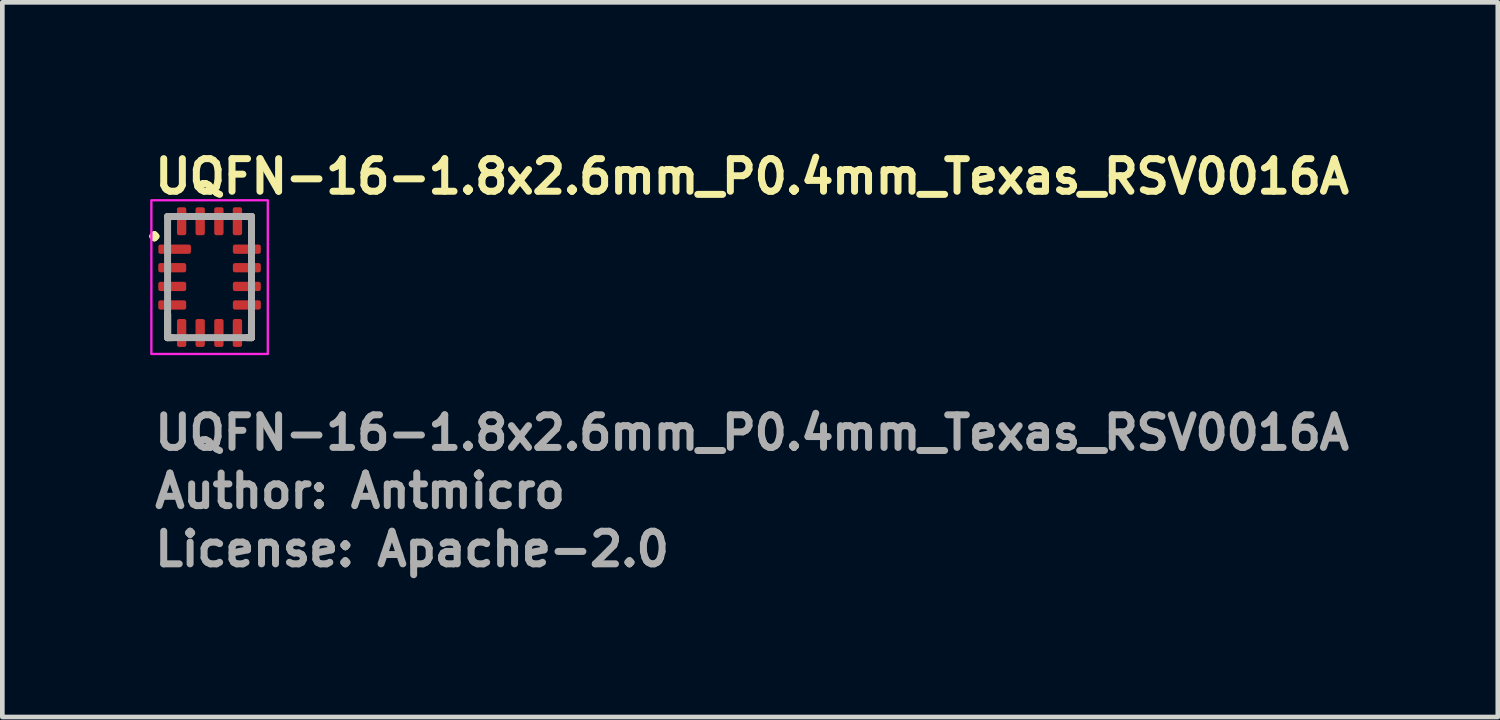
<source format=kicad_pcb>
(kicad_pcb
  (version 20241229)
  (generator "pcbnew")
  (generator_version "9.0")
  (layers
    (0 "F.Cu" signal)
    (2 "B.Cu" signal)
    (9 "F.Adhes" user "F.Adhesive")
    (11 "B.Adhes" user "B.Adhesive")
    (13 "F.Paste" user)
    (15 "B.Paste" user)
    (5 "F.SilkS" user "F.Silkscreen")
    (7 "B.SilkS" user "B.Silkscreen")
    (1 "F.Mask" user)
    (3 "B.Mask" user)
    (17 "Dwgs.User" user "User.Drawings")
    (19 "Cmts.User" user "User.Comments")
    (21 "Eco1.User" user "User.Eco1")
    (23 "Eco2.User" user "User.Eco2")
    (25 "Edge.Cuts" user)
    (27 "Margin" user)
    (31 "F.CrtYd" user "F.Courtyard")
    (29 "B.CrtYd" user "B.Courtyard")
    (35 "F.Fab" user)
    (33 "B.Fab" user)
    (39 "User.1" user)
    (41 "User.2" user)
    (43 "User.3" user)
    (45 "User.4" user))
  (footprint "UQFN-16-1.8x2.6mm_P0.4mm_Texas_RSV0016A"
    (layer "F.Cu")
    (at 1.45 2.9)
    (property "Reference" "UQFN-16-1.8x2.6mm_P0.4mm_Texas_RSV0016A" (at -1.25 -1.75 0) (layer "F.SilkS") (effects (font (size 0.7 0.7) (thickness 0.15)) (justify left bottom)))
    (attr smd)
    (fp_line (start -0.9 1.3) (end -0.9 0.8) (stroke (width 0.15) (type solid)) (layer "F.SilkS"))
    (fp_line (start -0.8 -1.3) (end -0.9 -1.3) (stroke (width 0.15) (type solid)) (layer "F.SilkS"))
    (fp_line (start -0.8 1.3) (end -0.9 1.3) (stroke (width 0.15) (type solid)) (layer "F.SilkS"))
    (fp_line (start 0.8 -1.3) (end 0.9 -1.3) (stroke (width 0.15) (type solid)) (layer "F.SilkS"))
    (fp_line (start 0.8 1.3) (end 0.899 1.3) (stroke (width 0.15) (type solid)) (layer "F.SilkS"))
    (fp_line (start 0.9 -1.3) (end 0.9 -0.8) (stroke (width 0.15) (type solid)) (layer "F.SilkS"))
    (fp_line (start 0.9 0.8) (end 0.899 1.3) (stroke (width 0.15) (type solid)) (layer "F.SilkS"))
    (fp_rect (start -1.25 -1.65) (end 1.25 1.65) (stroke (width 0.05) (type solid)) (fill no) (layer "F.CrtYd"))
    (fp_line (start -0.902 1.3) (end -0.902 -1.301) (stroke (width 0.15) (type solid)) (layer "F.Fab"))
    (fp_line (start 0.9 -1.301) (end -0.902 -1.301) (stroke (width 0.15) (type solid)) (layer "F.Fab"))
    (fp_line (start 0.9 1.3) (end -0.902 1.3) (stroke (width 0.15) (type solid)) (layer "F.Fab"))
    (fp_line (start 0.9 1.3) (end 0.9 -1.301) (stroke (width 0.15) (type solid)) (layer "F.Fab"))
    (fp_rect (start -0.902 -1.301) (end 0.9 1.3) (stroke (width 0.1) (type solid)) (fill no) (layer "User.5"))
    (fp_line (start -0.902 -1.301) (end -0.902 1.3) (stroke (width 0.02) (type solid)) (layer "User.9"))
    (fp_line (start -0.902 1.3) (end 0.9 1.3) (stroke (width 0.02) (type solid)) (layer "User.9"))
    (fp_line (start -0.776 -1.063) (end -0.776 -1.057) (stroke (width 0.02) (type solid)) (layer "User.9"))
    (fp_line (start -0.776 -1.063) (end -0.776 -1.057) (stroke (width 0.02) (type solid)) (layer "User.9"))
    (fp_line (start -0.776 -1.057) (end -0.776 -1.051) (stroke (width 0.02) (type solid)) (layer "User.9"))
    (fp_line (start -0.776 -1.057) (end -0.776 -1.051) (stroke (width 0.02) (type solid)) (layer "User.9"))
    (fp_line (start -0.776 -1.051) (end -0.776 -1.051) (stroke (width 0.02) (type solid)) (layer "User.9"))
    (fp_line (start -0.776 -1.051) (end -0.776 -1.051) (stroke (width 0.02) (type solid)) (layer "User.9"))
    (fp_line (start -0.776 -1.051) (end -0.776 -1.045) (stroke (width 0.02) (type solid)) (layer "User.9"))
    (fp_line (start -0.776 -1.051) (end -0.776 -1.045) (stroke (width 0.02) (type solid)) (layer "User.9"))
    (fp_line (start -0.776 -1.045) (end -0.776 -1.039) (stroke (width 0.02) (type solid)) (layer "User.9"))
    (fp_line (start -0.776 -1.045) (end -0.776 -1.039) (stroke (width 0.02) (type solid)) (layer "User.9"))
    (fp_line (start -0.776 -1.039) (end -0.775 -1.031) (stroke (width 0.02) (type solid)) (layer "User.9"))
    (fp_line (start -0.776 -1.039) (end -0.775 -1.031) (stroke (width 0.02) (type solid)) (layer "User.9"))
    (fp_line (start -0.775 -1.071) (end -0.776 -1.063) (stroke (width 0.02) (type solid)) (layer "User.9"))
    (fp_line (start -0.775 -1.071) (end -0.776 -1.063) (stroke (width 0.02) (type solid)) (layer "User.9"))
    (fp_line (start -0.775 -1.031) (end -0.774 -1.025) (stroke (width 0.02) (type solid)) (layer "User.9"))
    (fp_line (start -0.775 -1.031) (end -0.774 -1.025) (stroke (width 0.02) (type solid)) (layer "User.9"))
    (fp_line (start -0.774 -1.077) (end -0.775 -1.071) (stroke (width 0.02) (type solid)) (layer "User.9"))
    (fp_line (start -0.774 -1.077) (end -0.775 -1.071) (stroke (width 0.02) (type solid)) (layer "User.9"))
    (fp_line (start -0.774 -1.025) (end -0.772 -1.02) (stroke (width 0.02) (type solid)) (layer "User.9"))
    (fp_line (start -0.774 -1.025) (end -0.772 -1.02) (stroke (width 0.02) (type solid)) (layer "User.9"))
    (fp_line (start -0.772 -1.083) (end -0.774 -1.077) (stroke (width 0.02) (type solid)) (layer "User.9"))
    (fp_line (start -0.772 -1.083) (end -0.774 -1.077) (stroke (width 0.02) (type solid)) (layer "User.9"))
    (fp_line (start -0.772 -1.02) (end -0.771 -1.014) (stroke (width 0.02) (type solid)) (layer "User.9"))
    (fp_line (start -0.772 -1.02) (end -0.771 -1.014) (stroke (width 0.02) (type solid)) (layer "User.9"))
    (fp_line (start -0.771 -1.089) (end -0.772 -1.083) (stroke (width 0.02) (type solid)) (layer "User.9"))
    (fp_line (start -0.771 -1.089) (end -0.772 -1.083) (stroke (width 0.02) (type solid)) (layer "User.9"))
    (fp_line (start -0.771 -1.014) (end -0.768 -1.008) (stroke (width 0.02) (type solid)) (layer "User.9"))
    (fp_line (start -0.771 -1.014) (end -0.768 -1.008) (stroke (width 0.02) (type solid)) (layer "User.9"))
    (fp_line (start -0.768 -1.093) (end -0.771 -1.089) (stroke (width 0.02) (type solid)) (layer "User.9"))
    (fp_line (start -0.768 -1.093) (end -0.771 -1.089) (stroke (width 0.02) (type solid)) (layer "User.9"))
    (fp_line (start -0.768 -1.008) (end -0.766 -1.002) (stroke (width 0.02) (type solid)) (layer "User.9"))
    (fp_line (start -0.768 -1.008) (end -0.766 -1.002) (stroke (width 0.02) (type solid)) (layer "User.9"))
    (fp_line (start -0.766 -1.099) (end -0.768 -1.093) (stroke (width 0.02) (type solid)) (layer "User.9"))
    (fp_line (start -0.766 -1.099) (end -0.768 -1.093) (stroke (width 0.02) (type solid)) (layer "User.9"))
    (fp_line (start -0.766 -1.002) (end -0.763 -0.996) (stroke (width 0.02) (type solid)) (layer "User.9"))
    (fp_line (start -0.766 -1.002) (end -0.763 -0.996) (stroke (width 0.02) (type solid)) (layer "User.9"))
    (fp_line (start -0.763 -1.105) (end -0.766 -1.099) (stroke (width 0.02) (type solid)) (layer "User.9"))
    (fp_line (start -0.763 -1.105) (end -0.766 -1.099) (stroke (width 0.02) (type solid)) (layer "User.9"))
    (fp_line (start -0.763 -0.996) (end -0.76 -0.991) (stroke (width 0.02) (type solid)) (layer "User.9"))
    (fp_line (start -0.763 -0.996) (end -0.76 -0.991) (stroke (width 0.02) (type solid)) (layer "User.9"))
    (fp_line (start -0.76 -1.111) (end -0.763 -1.105) (stroke (width 0.02) (type solid)) (layer "User.9"))
    (fp_line (start -0.76 -1.111) (end -0.763 -1.105) (stroke (width 0.02) (type solid)) (layer "User.9"))
    (fp_line (start -0.76 -0.991) (end -0.757 -0.986) (stroke (width 0.02) (type solid)) (layer "User.9"))
    (fp_line (start -0.76 -0.991) (end -0.757 -0.986) (stroke (width 0.02) (type solid)) (layer "User.9"))
    (fp_line (start -0.757 -1.115) (end -0.76 -1.111) (stroke (width 0.02) (type solid)) (layer "User.9"))
    (fp_line (start -0.757 -1.115) (end -0.76 -1.111) (stroke (width 0.02) (type solid)) (layer "User.9"))
    (fp_line (start -0.757 -0.986) (end -0.754 -0.981) (stroke (width 0.02) (type solid)) (layer "User.9"))
    (fp_line (start -0.757 -0.986) (end -0.754 -0.981) (stroke (width 0.02) (type solid)) (layer "User.9"))
    (fp_line (start -0.754 -1.121) (end -0.757 -1.115) (stroke (width 0.02) (type solid)) (layer "User.9"))
    (fp_line (start -0.754 -1.121) (end -0.757 -1.115) (stroke (width 0.02) (type solid)) (layer "User.9"))
    (fp_line (start -0.754 -0.981) (end -0.751 -0.976) (stroke (width 0.02) (type solid)) (layer "User.9"))
    (fp_line (start -0.754 -0.981) (end -0.751 -0.976) (stroke (width 0.02) (type solid)) (layer "User.9"))
    (fp_line (start -0.751 -1.125) (end -0.754 -1.121) (stroke (width 0.02) (type solid)) (layer "User.9"))
    (fp_line (start -0.751 -1.125) (end -0.754 -1.121) (stroke (width 0.02) (type solid)) (layer "User.9"))
    (fp_line (start -0.751 -0.976) (end -0.747 -0.971) (stroke (width 0.02) (type solid)) (layer "User.9"))
    (fp_line (start -0.751 -0.976) (end -0.747 -0.971) (stroke (width 0.02) (type solid)) (layer "User.9"))
    (fp_line (start -0.747 -1.131) (end -0.751 -1.125) (stroke (width 0.02) (type solid)) (layer "User.9"))
    (fp_line (start -0.747 -1.131) (end -0.751 -1.125) (stroke (width 0.02) (type solid)) (layer "User.9"))
    (fp_line (start -0.747 -0.971) (end -0.743 -0.966) (stroke (width 0.02) (type solid)) (layer "User.9"))
    (fp_line (start -0.747 -0.971) (end -0.743 -0.966) (stroke (width 0.02) (type solid)) (layer "User.9"))
    (fp_line (start -0.743 -1.135) (end -0.747 -1.131) (stroke (width 0.02) (type solid)) (layer "User.9"))
    (fp_line (start -0.743 -1.135) (end -0.747 -1.131) (stroke (width 0.02) (type solid)) (layer "User.9"))
    (fp_line (start -0.743 -0.966) (end -0.739 -0.962) (stroke (width 0.02) (type solid)) (layer "User.9"))
    (fp_line (start -0.743 -0.966) (end -0.739 -0.962) (stroke (width 0.02) (type solid)) (layer "User.9"))
    (fp_line (start -0.739 -1.139) (end -0.743 -1.135) (stroke (width 0.02) (type solid)) (layer "User.9"))
    (fp_line (start -0.739 -1.139) (end -0.743 -1.135) (stroke (width 0.02) (type solid)) (layer "User.9"))
    (fp_line (start -0.739 -0.962) (end -0.734 -0.959) (stroke (width 0.02) (type solid)) (layer "User.9"))
    (fp_line (start -0.739 -0.962) (end -0.734 -0.959) (stroke (width 0.02) (type solid)) (layer "User.9"))
    (fp_line (start -0.734 -1.143) (end -0.739 -1.139) (stroke (width 0.02) (type solid)) (layer "User.9"))
    (fp_line (start -0.734 -1.143) (end -0.739 -1.139) (stroke (width 0.02) (type solid)) (layer "User.9"))
    (fp_line (start -0.734 -0.959) (end -0.73 -0.955) (stroke (width 0.02) (type solid)) (layer "User.9"))
    (fp_line (start -0.734 -0.959) (end -0.73 -0.955) (stroke (width 0.02) (type solid)) (layer "User.9"))
    (fp_line (start -0.73 -1.147) (end -0.734 -1.143) (stroke (width 0.02) (type solid)) (layer "User.9"))
    (fp_line (start -0.73 -1.147) (end -0.734 -1.143) (stroke (width 0.02) (type solid)) (layer "User.9"))
    (fp_line (start -0.73 -0.955) (end -0.725 -0.951) (stroke (width 0.02) (type solid)) (layer "User.9"))
    (fp_line (start -0.73 -0.955) (end -0.725 -0.951) (stroke (width 0.02) (type solid)) (layer "User.9"))
    (fp_line (start -0.725 -1.151) (end -0.73 -1.147) (stroke (width 0.02) (type solid)) (layer "User.9"))
    (fp_line (start -0.725 -1.151) (end -0.73 -1.147) (stroke (width 0.02) (type solid)) (layer "User.9"))
    (fp_line (start -0.725 -0.951) (end -0.72 -0.948) (stroke (width 0.02) (type solid)) (layer "User.9"))
    (fp_line (start -0.725 -0.951) (end -0.72 -0.948) (stroke (width 0.02) (type solid)) (layer "User.9"))
    (fp_line (start -0.72 -1.154) (end -0.725 -1.151) (stroke (width 0.02) (type solid)) (layer "User.9"))
    (fp_line (start -0.72 -1.154) (end -0.725 -1.151) (stroke (width 0.02) (type solid)) (layer "User.9"))
    (fp_line (start -0.72 -0.948) (end -0.715 -0.945) (stroke (width 0.02) (type solid)) (layer "User.9"))
    (fp_line (start -0.72 -0.948) (end -0.715 -0.945) (stroke (width 0.02) (type solid)) (layer "User.9"))
    (fp_line (start -0.715 -1.158) (end -0.72 -1.154) (stroke (width 0.02) (type solid)) (layer "User.9"))
    (fp_line (start -0.715 -1.158) (end -0.72 -1.154) (stroke (width 0.02) (type solid)) (layer "User.9"))
    (fp_line (start -0.715 -0.945) (end -0.71 -0.942) (stroke (width 0.02) (type solid)) (layer "User.9"))
    (fp_line (start -0.715 -0.945) (end -0.71 -0.942) (stroke (width 0.02) (type solid)) (layer "User.9"))
    (fp_line (start -0.71 -1.16) (end -0.715 -1.158) (stroke (width 0.02) (type solid)) (layer "User.9"))
    (fp_line (start -0.71 -1.16) (end -0.715 -1.158) (stroke (width 0.02) (type solid)) (layer "User.9"))
    (fp_line (start -0.71 -0.942) (end -0.705 -0.939) (stroke (width 0.02) (type solid)) (layer "User.9"))
    (fp_line (start -0.71 -0.942) (end -0.705 -0.939) (stroke (width 0.02) (type solid)) (layer "User.9"))
    (fp_line (start -0.705 -1.164) (end -0.71 -1.16) (stroke (width 0.02) (type solid)) (layer "User.9"))
    (fp_line (start -0.705 -1.164) (end -0.71 -1.16) (stroke (width 0.02) (type solid)) (layer "User.9"))
    (fp_line (start -0.705 -0.939) (end -0.7 -0.936) (stroke (width 0.02) (type solid)) (layer "User.9"))
    (fp_line (start -0.705 -0.939) (end -0.7 -0.936) (stroke (width 0.02) (type solid)) (layer "User.9"))
    (fp_line (start -0.7 -1.166) (end -0.705 -1.164) (stroke (width 0.02) (type solid)) (layer "User.9"))
    (fp_line (start -0.7 -1.166) (end -0.705 -1.164) (stroke (width 0.02) (type solid)) (layer "User.9"))
    (fp_line (start -0.7 -0.936) (end -0.694 -0.934) (stroke (width 0.02) (type solid)) (layer "User.9"))
    (fp_line (start -0.7 -0.936) (end -0.694 -0.934) (stroke (width 0.02) (type solid)) (layer "User.9"))
    (fp_line (start -0.694 -1.168) (end -0.7 -1.166) (stroke (width 0.02) (type solid)) (layer "User.9"))
    (fp_line (start -0.694 -1.168) (end -0.7 -1.166) (stroke (width 0.02) (type solid)) (layer "User.9"))
    (fp_line (start -0.694 -0.934) (end -0.689 -0.932) (stroke (width 0.02) (type solid)) (layer "User.9"))
    (fp_line (start -0.694 -0.934) (end -0.689 -0.932) (stroke (width 0.02) (type solid)) (layer "User.9"))
    (fp_line (start -0.689 -1.17) (end -0.694 -1.168) (stroke (width 0.02) (type solid)) (layer "User.9"))
    (fp_line (start -0.689 -1.17) (end -0.694 -1.168) (stroke (width 0.02) (type solid)) (layer "User.9"))
    (fp_line (start -0.689 -0.932) (end -0.683 -0.93) (stroke (width 0.02) (type solid)) (layer "User.9"))
    (fp_line (start -0.689 -0.932) (end -0.683 -0.93) (stroke (width 0.02) (type solid)) (layer "User.9"))
    (fp_line (start -0.683 -1.172) (end -0.689 -1.17) (stroke (width 0.02) (type solid)) (layer "User.9"))
    (fp_line (start -0.683 -1.172) (end -0.689 -1.17) (stroke (width 0.02) (type solid)) (layer "User.9"))
    (fp_line (start -0.683 -0.93) (end -0.677 -0.929) (stroke (width 0.02) (type solid)) (layer "User.9"))
    (fp_line (start -0.683 -0.93) (end -0.677 -0.929) (stroke (width 0.02) (type solid)) (layer "User.9"))
    (fp_line (start -0.677 -1.174) (end -0.683 -1.172) (stroke (width 0.02) (type solid)) (layer "User.9"))
    (fp_line (start -0.677 -1.174) (end -0.683 -1.172) (stroke (width 0.02) (type solid)) (layer "User.9"))
    (fp_line (start -0.677 -0.929) (end -0.671 -0.928) (stroke (width 0.02) (type solid)) (layer "User.9"))
    (fp_line (start -0.677 -0.929) (end -0.671 -0.928) (stroke (width 0.02) (type solid)) (layer "User.9"))
    (fp_line (start -0.671 -1.174) (end -0.677 -1.174) (stroke (width 0.02) (type solid)) (layer "User.9"))
    (fp_line (start -0.671 -1.174) (end -0.677 -1.174) (stroke (width 0.02) (type solid)) (layer "User.9"))
    (fp_line (start -0.671 -0.928) (end -0.664 -0.927) (stroke (width 0.02) (type solid)) (layer "User.9"))
    (fp_line (start -0.671 -0.928) (end -0.664 -0.927) (stroke (width 0.02) (type solid)) (layer "User.9"))
    (fp_line (start -0.664 -1.176) (end -0.671 -1.174) (stroke (width 0.02) (type solid)) (layer "User.9"))
    (fp_line (start -0.664 -1.176) (end -0.671 -1.174) (stroke (width 0.02) (type solid)) (layer "User.9"))
    (fp_line (start -0.664 -0.927) (end -0.658 -0.927) (stroke (width 0.02) (type solid)) (layer "User.9"))
    (fp_line (start -0.664 -0.927) (end -0.658 -0.927) (stroke (width 0.02) (type solid)) (layer "User.9"))
    (fp_line (start -0.658 -1.176) (end -0.664 -1.176) (stroke (width 0.02) (type solid)) (layer "User.9"))
    (fp_line (start -0.658 -1.176) (end -0.664 -1.176) (stroke (width 0.02) (type solid)) (layer "User.9"))
    (fp_line (start -0.658 -0.927) (end -0.652 -0.927) (stroke (width 0.02) (type solid)) (layer "User.9"))
    (fp_line (start -0.658 -0.927) (end -0.652 -0.927) (stroke (width 0.02) (type solid)) (layer "User.9"))
    (fp_line (start -0.652 -1.176) (end -0.658 -1.176) (stroke (width 0.02) (type solid)) (layer "User.9"))
    (fp_line (start -0.652 -1.176) (end -0.658 -1.176) (stroke (width 0.02) (type solid)) (layer "User.9"))
    (fp_line (start -0.652 -0.927) (end -0.645 -0.927) (stroke (width 0.02) (type solid)) (layer "User.9"))
    (fp_line (start -0.652 -0.927) (end -0.645 -0.927) (stroke (width 0.02) (type solid)) (layer "User.9"))
    (fp_line (start -0.645 -1.176) (end -0.652 -1.176) (stroke (width 0.02) (type solid)) (layer "User.9"))
    (fp_line (start -0.645 -1.176) (end -0.652 -1.176) (stroke (width 0.02) (type solid)) (layer "User.9"))
    (fp_line (start -0.645 -0.927) (end -0.638 -0.927) (stroke (width 0.02) (type solid)) (layer "User.9"))
    (fp_line (start -0.645 -0.927) (end -0.638 -0.927) (stroke (width 0.02) (type solid)) (layer "User.9"))
    (fp_line (start -0.638 -1.176) (end -0.645 -1.176) (stroke (width 0.02) (type solid)) (layer "User.9"))
    (fp_line (start -0.638 -1.176) (end -0.645 -1.176) (stroke (width 0.02) (type solid)) (layer "User.9"))
    (fp_line (start -0.638 -0.927) (end -0.631 -0.928) (stroke (width 0.02) (type solid)) (layer "User.9"))
    (fp_line (start -0.638 -0.927) (end -0.631 -0.928) (stroke (width 0.02) (type solid)) (layer "User.9"))
    (fp_line (start -0.631 -1.174) (end -0.638 -1.176) (stroke (width 0.02) (type solid)) (layer "User.9"))
    (fp_line (start -0.631 -1.174) (end -0.638 -1.176) (stroke (width 0.02) (type solid)) (layer "User.9"))
    (fp_line (start -0.631 -0.928) (end -0.625 -0.929) (stroke (width 0.02) (type solid)) (layer "User.9"))
    (fp_line (start -0.631 -0.928) (end -0.625 -0.929) (stroke (width 0.02) (type solid)) (layer "User.9"))
    (fp_line (start -0.625 -1.174) (end -0.631 -1.174) (stroke (width 0.02) (type solid)) (layer "User.9"))
    (fp_line (start -0.625 -1.174) (end -0.631 -1.174) (stroke (width 0.02) (type solid)) (layer "User.9"))
    (fp_line (start -0.625 -0.929) (end -0.619 -0.93) (stroke (width 0.02) (type solid)) (layer "User.9"))
    (fp_line (start -0.625 -0.929) (end -0.619 -0.93) (stroke (width 0.02) (type solid)) (layer "User.9"))
    (fp_line (start -0.619 -1.172) (end -0.625 -1.174) (stroke (width 0.02) (type solid)) (layer "User.9"))
    (fp_line (start -0.619 -1.172) (end -0.625 -1.174) (stroke (width 0.02) (type solid)) (layer "User.9"))
    (fp_line (start -0.619 -0.93) (end -0.613 -0.932) (stroke (width 0.02) (type solid)) (layer "User.9"))
    (fp_line (start -0.619 -0.93) (end -0.613 -0.932) (stroke (width 0.02) (type solid)) (layer "User.9"))
    (fp_line (start -0.613 -1.17) (end -0.619 -1.172) (stroke (width 0.02) (type solid)) (layer "User.9"))
    (fp_line (start -0.613 -1.17) (end -0.619 -1.172) (stroke (width 0.02) (type solid)) (layer "User.9"))
    (fp_line (start -0.613 -0.932) (end -0.608 -0.934) (stroke (width 0.02) (type solid)) (layer "User.9"))
    (fp_line (start -0.613 -0.932) (end -0.608 -0.934) (stroke (width 0.02) (type solid)) (layer "User.9"))
    (fp_line (start -0.608 -1.168) (end -0.613 -1.17) (stroke (width 0.02) (type solid)) (layer "User.9"))
    (fp_line (start -0.608 -1.168) (end -0.613 -1.17) (stroke (width 0.02) (type solid)) (layer "User.9"))
    (fp_line (start -0.608 -0.934) (end -0.602 -0.936) (stroke (width 0.02) (type solid)) (layer "User.9"))
    (fp_line (start -0.608 -0.934) (end -0.602 -0.936) (stroke (width 0.02) (type solid)) (layer "User.9"))
    (fp_line (start -0.602 -1.166) (end -0.608 -1.168) (stroke (width 0.02) (type solid)) (layer "User.9"))
    (fp_line (start -0.602 -1.166) (end -0.608 -1.168) (stroke (width 0.02) (type solid)) (layer "User.9"))
    (fp_line (start -0.602 -0.936) (end -0.596 -0.939) (stroke (width 0.02) (type solid)) (layer "User.9"))
    (fp_line (start -0.602 -0.936) (end -0.596 -0.939) (stroke (width 0.02) (type solid)) (layer "User.9"))
    (fp_line (start -0.596 -1.164) (end -0.602 -1.166) (stroke (width 0.02) (type solid)) (layer "User.9"))
    (fp_line (start -0.596 -1.164) (end -0.602 -1.166) (stroke (width 0.02) (type solid)) (layer "User.9"))
    (fp_line (start -0.596 -0.939) (end -0.591 -0.942) (stroke (width 0.02) (type solid)) (layer "User.9"))
    (fp_line (start -0.596 -0.939) (end -0.591 -0.942) (stroke (width 0.02) (type solid)) (layer "User.9"))
    (fp_line (start -0.591 -1.16) (end -0.596 -1.164) (stroke (width 0.02) (type solid)) (layer "User.9"))
    (fp_line (start -0.591 -1.16) (end -0.596 -1.164) (stroke (width 0.02) (type solid)) (layer "User.9"))
    (fp_line (start -0.591 -0.942) (end -0.586 -0.945) (stroke (width 0.02) (type solid)) (layer "User.9"))
    (fp_line (start -0.591 -0.942) (end -0.586 -0.945) (stroke (width 0.02) (type solid)) (layer "User.9"))
    (fp_line (start -0.586 -1.158) (end -0.591 -1.16) (stroke (width 0.02) (type solid)) (layer "User.9"))
    (fp_line (start -0.586 -1.158) (end -0.591 -1.16) (stroke (width 0.02) (type solid)) (layer "User.9"))
    (fp_line (start -0.586 -0.945) (end -0.581 -0.948) (stroke (width 0.02) (type solid)) (layer "User.9"))
    (fp_line (start -0.586 -0.945) (end -0.581 -0.948) (stroke (width 0.02) (type solid)) (layer "User.9"))
    (fp_line (start -0.581 -1.154) (end -0.586 -1.158) (stroke (width 0.02) (type solid)) (layer "User.9"))
    (fp_line (start -0.581 -1.154) (end -0.586 -1.158) (stroke (width 0.02) (type solid)) (layer "User.9"))
    (fp_line (start -0.581 -0.948) (end -0.577 -0.951) (stroke (width 0.02) (type solid)) (layer "User.9"))
    (fp_line (start -0.581 -0.948) (end -0.577 -0.951) (stroke (width 0.02) (type solid)) (layer "User.9"))
    (fp_line (start -0.577 -1.151) (end -0.581 -1.154) (stroke (width 0.02) (type solid)) (layer "User.9"))
    (fp_line (start -0.577 -1.151) (end -0.581 -1.154) (stroke (width 0.02) (type solid)) (layer "User.9"))
    (fp_line (start -0.577 -0.951) (end -0.572 -0.955) (stroke (width 0.02) (type solid)) (layer "User.9"))
    (fp_line (start -0.577 -0.951) (end -0.572 -0.955) (stroke (width 0.02) (type solid)) (layer "User.9"))
    (fp_line (start -0.572 -1.147) (end -0.577 -1.151) (stroke (width 0.02) (type solid)) (layer "User.9"))
    (fp_line (start -0.572 -1.147) (end -0.577 -1.151) (stroke (width 0.02) (type solid)) (layer "User.9"))
    (fp_line (start -0.572 -0.955) (end -0.568 -0.959) (stroke (width 0.02) (type solid)) (layer "User.9"))
    (fp_line (start -0.572 -0.955) (end -0.568 -0.959) (stroke (width 0.02) (type solid)) (layer "User.9"))
    (fp_line (start -0.568 -1.143) (end -0.572 -1.147) (stroke (width 0.02) (type solid)) (layer "User.9"))
    (fp_line (start -0.568 -1.143) (end -0.572 -1.147) (stroke (width 0.02) (type solid)) (layer "User.9"))
    (fp_line (start -0.568 -0.959) (end -0.563 -0.962) (stroke (width 0.02) (type solid)) (layer "User.9"))
    (fp_line (start -0.568 -0.959) (end -0.563 -0.962) (stroke (width 0.02) (type solid)) (layer "User.9"))
    (fp_line (start -0.563 -1.139) (end -0.568 -1.143) (stroke (width 0.02) (type solid)) (layer "User.9"))
    (fp_line (start -0.563 -1.139) (end -0.568 -1.143) (stroke (width 0.02) (type solid)) (layer "User.9"))
    (fp_line (start -0.563 -0.962) (end -0.559 -0.966) (stroke (width 0.02) (type solid)) (layer "User.9"))
    (fp_line (start -0.563 -0.962) (end -0.559 -0.966) (stroke (width 0.02) (type solid)) (layer "User.9"))
    (fp_line (start -0.559 -1.135) (end -0.563 -1.139) (stroke (width 0.02) (type solid)) (layer "User.9"))
    (fp_line (start -0.559 -1.135) (end -0.563 -1.139) (stroke (width 0.02) (type solid)) (layer "User.9"))
    (fp_line (start -0.559 -0.966) (end -0.555 -0.971) (stroke (width 0.02) (type solid)) (layer "User.9"))
    (fp_line (start -0.559 -0.966) (end -0.555 -0.971) (stroke (width 0.02) (type solid)) (layer "User.9"))
    (fp_line (start -0.555 -1.131) (end -0.559 -1.135) (stroke (width 0.02) (type solid)) (layer "User.9"))
    (fp_line (start -0.555 -1.131) (end -0.559 -1.135) (stroke (width 0.02) (type solid)) (layer "User.9"))
    (fp_line (start -0.555 -0.971) (end -0.551 -0.976) (stroke (width 0.02) (type solid)) (layer "User.9"))
    (fp_line (start -0.555 -0.971) (end -0.551 -0.976) (stroke (width 0.02) (type solid)) (layer "User.9"))
    (fp_line (start -0.551 -1.125) (end -0.555 -1.131) (stroke (width 0.02) (type solid)) (layer "User.9"))
    (fp_line (start -0.551 -1.125) (end -0.555 -1.131) (stroke (width 0.02) (type solid)) (layer "User.9"))
    (fp_line (start -0.551 -0.976) (end -0.548 -0.981) (stroke (width 0.02) (type solid)) (layer "User.9"))
    (fp_line (start -0.551 -0.976) (end -0.548 -0.981) (stroke (width 0.02) (type solid)) (layer "User.9"))
    (fp_line (start -0.548 -1.121) (end -0.551 -1.125) (stroke (width 0.02) (type solid)) (layer "User.9"))
    (fp_line (start -0.548 -1.121) (end -0.551 -1.125) (stroke (width 0.02) (type solid)) (layer "User.9"))
    (fp_line (start -0.548 -0.981) (end -0.545 -0.986) (stroke (width 0.02) (type solid)) (layer "User.9"))
    (fp_line (start -0.548 -0.981) (end -0.545 -0.986) (stroke (width 0.02) (type solid)) (layer "User.9"))
    (fp_line (start -0.545 -1.115) (end -0.548 -1.121) (stroke (width 0.02) (type solid)) (layer "User.9"))
    (fp_line (start -0.545 -1.115) (end -0.548 -1.121) (stroke (width 0.02) (type solid)) (layer "User.9"))
    (fp_line (start -0.545 -0.986) (end -0.542 -0.991) (stroke (width 0.02) (type solid)) (layer "User.9"))
    (fp_line (start -0.545 -0.986) (end -0.542 -0.991) (stroke (width 0.02) (type solid)) (layer "User.9"))
    (fp_line (start -0.542 -1.111) (end -0.545 -1.115) (stroke (width 0.02) (type solid)) (layer "User.9"))
    (fp_line (start -0.542 -1.111) (end -0.545 -1.115) (stroke (width 0.02) (type solid)) (layer "User.9"))
    (fp_line (start -0.542 -0.991) (end -0.539 -0.996) (stroke (width 0.02) (type solid)) (layer "User.9"))
    (fp_line (start -0.542 -0.991) (end -0.539 -0.996) (stroke (width 0.02) (type solid)) (layer "User.9"))
    (fp_line (start -0.539 -1.105) (end -0.542 -1.111) (stroke (width 0.02) (type solid)) (layer "User.9"))
    (fp_line (start -0.539 -1.105) (end -0.542 -1.111) (stroke (width 0.02) (type solid)) (layer "User.9"))
    (fp_line (start -0.539 -0.996) (end -0.536 -1.002) (stroke (width 0.02) (type solid)) (layer "User.9"))
    (fp_line (start -0.539 -0.996) (end -0.536 -1.002) (stroke (width 0.02) (type solid)) (layer "User.9"))
    (fp_line (start -0.536 -1.099) (end -0.539 -1.105) (stroke (width 0.02) (type solid)) (layer "User.9"))
    (fp_line (start -0.536 -1.099) (end -0.539 -1.105) (stroke (width 0.02) (type solid)) (layer "User.9"))
    (fp_line (start -0.536 -1.002) (end -0.534 -1.008) (stroke (width 0.02) (type solid)) (layer "User.9"))
    (fp_line (start -0.536 -1.002) (end -0.534 -1.008) (stroke (width 0.02) (type solid)) (layer "User.9"))
    (fp_line (start -0.534 -1.093) (end -0.536 -1.099) (stroke (width 0.02) (type solid)) (layer "User.9"))
    (fp_line (start -0.534 -1.093) (end -0.536 -1.099) (stroke (width 0.02) (type solid)) (layer "User.9"))
    (fp_line (start -0.534 -1.008) (end -0.532 -1.014) (stroke (width 0.02) (type solid)) (layer "User.9"))
    (fp_line (start -0.534 -1.008) (end -0.532 -1.014) (stroke (width 0.02) (type solid)) (layer "User.9"))
    (fp_line (start -0.532 -1.089) (end -0.534 -1.093) (stroke (width 0.02) (type solid)) (layer "User.9"))
    (fp_line (start -0.532 -1.089) (end -0.534 -1.093) (stroke (width 0.02) (type solid)) (layer "User.9"))
    (fp_line (start -0.532 -1.014) (end -0.531 -1.02) (stroke (width 0.02) (type solid)) (layer "User.9"))
    (fp_line (start -0.532 -1.014) (end -0.531 -1.02) (stroke (width 0.02) (type solid)) (layer "User.9"))
    (fp_line (start -0.531 -1.083) (end -0.532 -1.089) (stroke (width 0.02) (type solid)) (layer "User.9"))
    (fp_line (start -0.531 -1.083) (end -0.532 -1.089) (stroke (width 0.02) (type solid)) (layer "User.9"))
    (fp_line (start -0.531 -1.02) (end -0.529 -1.025) (stroke (width 0.02) (type solid)) (layer "User.9"))
    (fp_line (start -0.531 -1.02) (end -0.529 -1.025) (stroke (width 0.02) (type solid)) (layer "User.9"))
    (fp_line (start -0.529 -1.077) (end -0.531 -1.083) (stroke (width 0.02) (type solid)) (layer "User.9"))
    (fp_line (start -0.529 -1.077) (end -0.531 -1.083) (stroke (width 0.02) (type solid)) (layer "User.9"))
    (fp_line (start -0.529 -1.025) (end -0.528 -1.031) (stroke (width 0.02) (type solid)) (layer "User.9"))
    (fp_line (start -0.529 -1.025) (end -0.528 -1.031) (stroke (width 0.02) (type solid)) (layer "User.9"))
    (fp_line (start -0.528 -1.071) (end -0.529 -1.077) (stroke (width 0.02) (type solid)) (layer "User.9"))
    (fp_line (start -0.528 -1.071) (end -0.529 -1.077) (stroke (width 0.02) (type solid)) (layer "User.9"))
    (fp_line (start -0.528 -1.031) (end -0.527 -1.039) (stroke (width 0.02) (type solid)) (layer "User.9"))
    (fp_line (start -0.528 -1.031) (end -0.527 -1.039) (stroke (width 0.02) (type solid)) (layer "User.9"))
    (fp_line (start -0.527 -1.063) (end -0.528 -1.071) (stroke (width 0.02) (type solid)) (layer "User.9"))
    (fp_line (start -0.527 -1.063) (end -0.528 -1.071) (stroke (width 0.02) (type solid)) (layer "User.9"))
    (fp_line (start -0.527 -1.057) (end -0.527 -1.063) (stroke (width 0.02) (type solid)) (layer "User.9"))
    (fp_line (start -0.527 -1.057) (end -0.527 -1.063) (stroke (width 0.02) (type solid)) (layer "User.9"))
    (fp_line (start -0.527 -1.051) (end -0.527 -1.057) (stroke (width 0.02) (type solid)) (layer "User.9"))
    (fp_line (start -0.527 -1.051) (end -0.527 -1.057) (stroke (width 0.02) (type solid)) (layer "User.9"))
    (fp_line (start -0.527 -1.051) (end -0.527 -1.051) (stroke (width 0.02) (type solid)) (layer "User.9"))
    (fp_line (start -0.527 -1.051) (end -0.527 -1.051) (stroke (width 0.02) (type solid)) (layer "User.9"))
    (fp_line (start -0.527 -1.045) (end -0.527 -1.051) (stroke (width 0.02) (type solid)) (layer "User.9"))
    (fp_line (start -0.527 -1.045) (end -0.527 -1.051) (stroke (width 0.02) (type solid)) (layer "User.9"))
    (fp_line (start -0.527 -1.039) (end -0.527 -1.045) (stroke (width 0.02) (type solid)) (layer "User.9"))
    (fp_line (start -0.527 -1.039) (end -0.527 -1.045) (stroke (width 0.02) (type solid)) (layer "User.9"))
    (fp_line (start 0.9 -1.301) (end -0.902 -1.301) (stroke (width 0.02) (type solid)) (layer "User.9"))
    (fp_line (start 0.9 1.3) (end 0.9 -1.301) (stroke (width 0.02) (type solid)) (layer "User.9"))
    (fp_text user "." (at -1.45 -0.75 0) (layer "F.SilkS") (effects (font (size 0.7 0.7) (thickness 0.15)) (justify left bottom)))
    (fp_text user "${REFERENCE}" (at -1.25 3.75 0) (layer "F.Fab") (effects (font (size 0.7 0.7) (thickness 0.15)) (justify left bottom)))
    (fp_text user "License: Apache-2.0" (at -1.25 6.25 0) (layer "F.Fab") (effects (font (size 0.7 0.7) (thickness 0.15)) (justify left bottom)))
    (fp_text user "Author: Antmicro" (at -1.25 5 0) (layer "F.Fab") (effects (font (size 0.7 0.7) (thickness 0.15)) (justify left bottom)))
    (pad "1" smd roundrect (at -0.75 -0.6) (size 0.7 0.2) (layers "F.Cu" "F.Mask" "F.Paste") (roundrect_rratio 0.227))
    (pad "2" smd roundrect (at -0.802 -0.202) (size 0.6 0.2) (layers "F.Cu" "F.Mask" "F.Paste") (roundrect_rratio 0.227))
    (pad "3" smd roundrect (at -0.802 0.2) (size 0.6 0.2) (layers "F.Cu" "F.Mask" "F.Paste") (roundrect_rratio 0.227))
    (pad "4" smd roundrect (at -0.802 0.598) (size 0.6 0.2) (layers "F.Cu" "F.Mask" "F.Paste") (roundrect_rratio 0.227))
    (pad "5" smd roundrect (at -0.6 1.199 90) (size 0.6 0.2) (layers "F.Cu" "F.Mask" "F.Paste") (roundrect_rratio 0.227))
    (pad "6" smd roundrect (at -0.202 1.199 90) (size 0.6 0.2) (layers "F.Cu" "F.Mask" "F.Paste") (roundrect_rratio 0.227))
    (pad "7" smd roundrect (at 0.2 1.199 90) (size 0.6 0.2) (layers "F.Cu" "F.Mask" "F.Paste") (roundrect_rratio 0.227))
    (pad "8" smd roundrect (at 0.598 1.199 90) (size 0.6 0.2) (layers "F.Cu" "F.Mask" "F.Paste") (roundrect_rratio 0.227))
    (pad "9" smd roundrect (at 0.8 0.598) (size 0.6 0.2) (layers "F.Cu" "F.Mask" "F.Paste") (roundrect_rratio 0.227))
    (pad "10" smd roundrect (at 0.8 0.2) (size 0.6 0.2) (layers "F.Cu" "F.Mask" "F.Paste") (roundrect_rratio 0.227))
    (pad "11" smd roundrect (at 0.8 -0.202) (size 0.6 0.2) (layers "F.Cu" "F.Mask" "F.Paste") (roundrect_rratio 0.227))
    (pad "12" smd roundrect (at 0.8 -0.6) (size 0.6 0.2) (layers "F.Cu" "F.Mask" "F.Paste") (roundrect_rratio 0.227))
    (pad "13" smd roundrect (at 0.598 -1.2 90) (size 0.6 0.2) (layers "F.Cu" "F.Mask" "F.Paste") (roundrect_rratio 0.227))
    (pad "14" smd roundrect (at 0.2 -1.2 90) (size 0.6 0.2) (layers "F.Cu" "F.Mask" "F.Paste") (roundrect_rratio 0.227))
    (pad "15" smd roundrect (at -0.202 -1.2 90) (size 0.6 0.2) (layers "F.Cu" "F.Mask" "F.Paste") (roundrect_rratio 0.227))
    (pad "16" smd roundrect (at -0.6 -1.2 90) (size 0.6 0.2) (layers "F.Cu" "F.Mask" "F.Paste") (roundrect_rratio 0.227)))
  (gr_rect
    (start -3 -3)
    (end 29.11 12.345)
    (stroke (width 0.1) (type default))
    (fill no)
    (layer "Edge.Cuts")))
</source>
